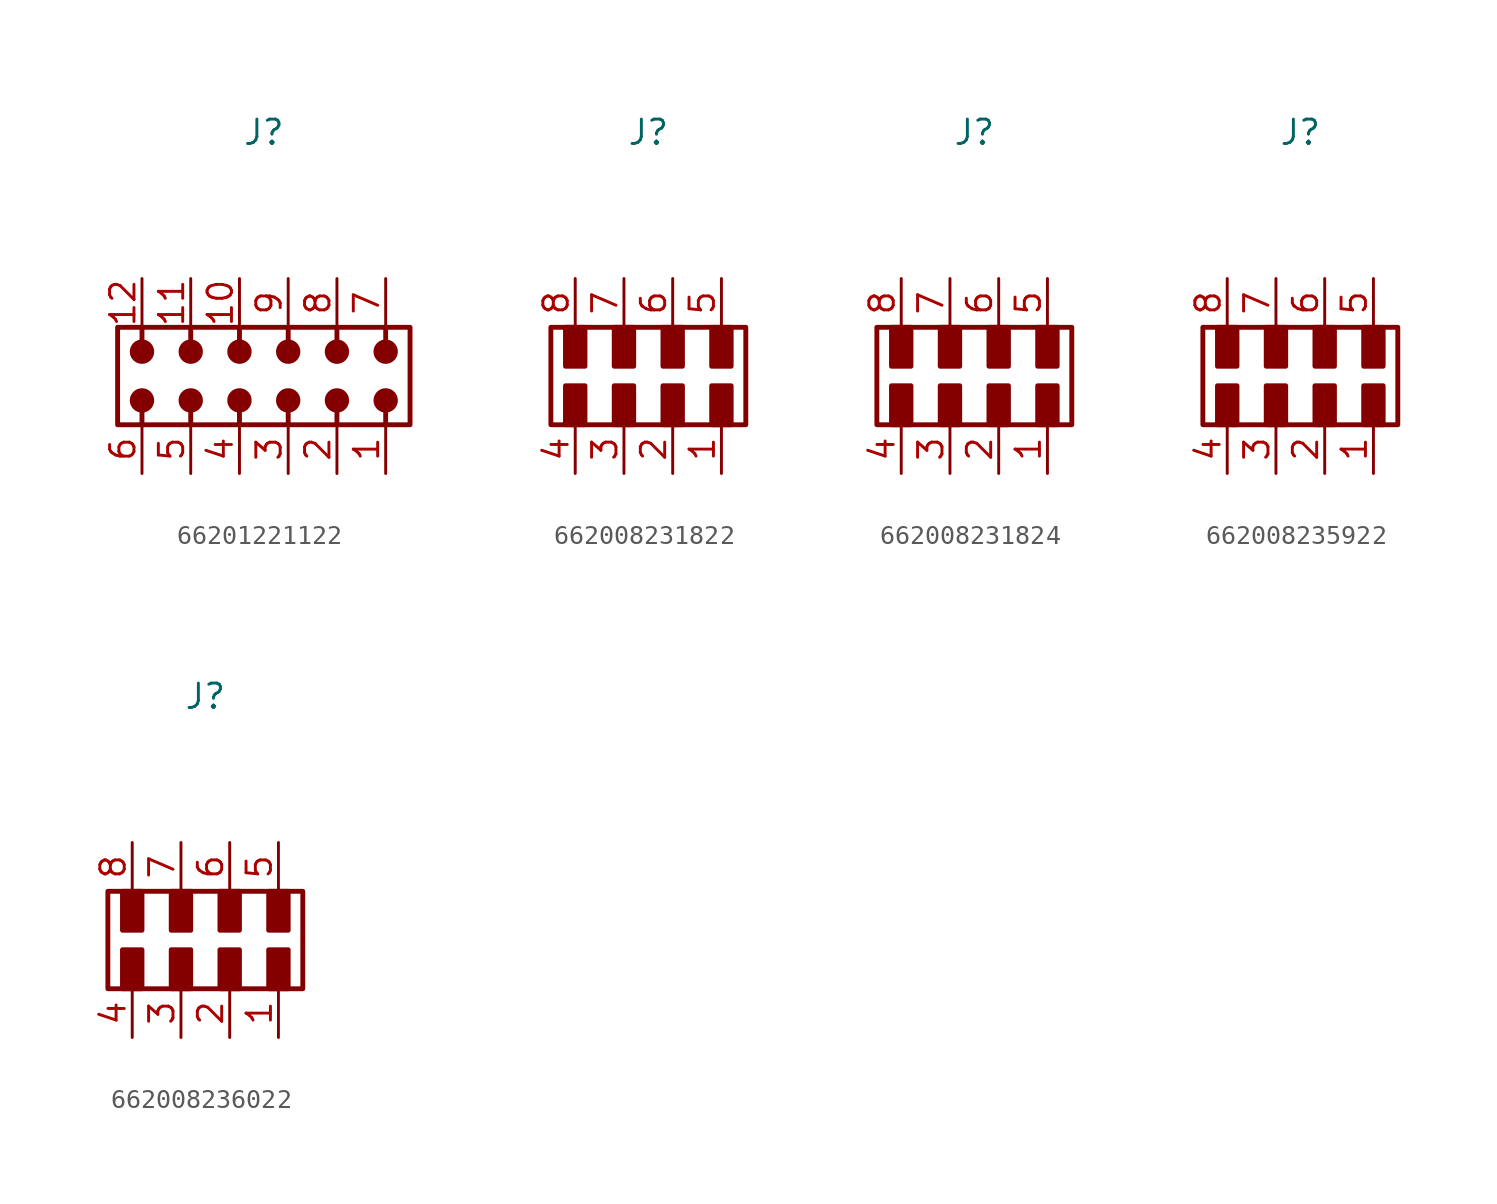
<source format=kicad_sym>
(kicad_symbol_lib
  (version 20241209)
  (generator "kicad_symbol_editor")
  (generator_version "9.0")
  (symbol "66201221122"
    (pin_names
      (hide yes))
    (property "Reference" "J"
      (at 0 12.7 0)
      (effects (font (size 1.27 1.27))))
    (symbol "66201221122_1_1"
      (rectangle (start -7.62 2.54) (end 7.62 -2.54) (stroke (width 0.254) (type solid)) (fill (type none)))
      (polyline (pts (xy -6.35 1.778) (xy -6.35 2.54)) (stroke (width 0.254) (type solid)) (fill (type none)))
      (circle (center -6.35 1.27) (radius 0.508) (stroke (width 0.254) (type solid)) (fill (type outline)))
      (circle (center -6.35 -1.27) (radius 0.508) (stroke (width 0.254) (type solid)) (fill (type outline)))
      (polyline (pts (xy -6.35 -1.778) (xy -6.35 -2.54)) (stroke (width 0.254) (type solid)) (fill (type none)))
      (polyline (pts (xy -3.81 1.778) (xy -3.81 2.54)) (stroke (width 0.254) (type solid)) (fill (type none)))
      (circle (center -3.81 1.27) (radius 0.508) (stroke (width 0.254) (type solid)) (fill (type outline)))
      (circle (center -3.81 -1.27) (radius 0.508) (stroke (width 0.254) (type solid)) (fill (type outline)))
      (polyline (pts (xy -3.81 -1.778) (xy -3.81 -2.54)) (stroke (width 0.254) (type solid)) (fill (type none)))
      (polyline (pts (xy -1.27 1.778) (xy -1.27 2.54)) (stroke (width 0.254) (type solid)) (fill (type none)))
      (circle (center -1.27 1.27) (radius 0.508) (stroke (width 0.254) (type solid)) (fill (type outline)))
      (circle (center -1.27 -1.27) (radius 0.508) (stroke (width 0.254) (type solid)) (fill (type outline)))
      (polyline (pts (xy -1.27 -1.778) (xy -1.27 -2.54)) (stroke (width 0.254) (type solid)) (fill (type none)))
      (polyline (pts (xy 1.27 1.778) (xy 1.27 2.54)) (stroke (width 0.254) (type solid)) (fill (type none)))
      (circle (center 1.27 1.27) (radius 0.508) (stroke (width 0.254) (type solid)) (fill (type outline)))
      (circle (center 1.27 -1.27) (radius 0.508) (stroke (width 0.254) (type solid)) (fill (type outline)))
      (polyline (pts (xy 1.27 -1.778) (xy 1.27 -2.54)) (stroke (width 0.254) (type solid)) (fill (type none)))
      (polyline (pts (xy 3.81 1.778) (xy 3.81 2.54)) (stroke (width 0.254) (type solid)) (fill (type none)))
      (circle (center 3.81 1.27) (radius 0.508) (stroke (width 0.254) (type solid)) (fill (type outline)))
      (circle (center 3.81 -1.27) (radius 0.508) (stroke (width 0.254) (type solid)) (fill (type outline)))
      (polyline (pts (xy 3.81 -1.778) (xy 3.81 -2.54)) (stroke (width 0.254) (type solid)) (fill (type none)))
      (polyline (pts (xy 6.35 1.778) (xy 6.35 2.54)) (stroke (width 0.254) (type solid)) (fill (type none)))
      (circle (center 6.35 1.27) (radius 0.508) (stroke (width 0.254) (type solid)) (fill (type outline)))
      (circle (center 6.35 -1.27) (radius 0.508) (stroke (width 0.254) (type solid)) (fill (type outline)))
      (polyline (pts (xy 6.35 -1.778) (xy 6.35 -2.54)) (stroke (width 0.254) (type solid)) (fill (type none)))
      (pin passive line (at -6.35 5.08 270) (length 2.54) (name "12" (effects (font (size 1.27 1.27)))) (number "12" (effects (font (size 1.27 1.27)))))
      (pin passive line (at -6.35 -5.08 90) (length 2.54) (name "6" (effects (font (size 1.27 1.27)))) (number "6" (effects (font (size 1.27 1.27)))))
      (pin passive line (at -3.81 5.08 270) (length 2.54) (name "11" (effects (font (size 1.27 1.27)))) (number "11" (effects (font (size 1.27 1.27)))))
      (pin passive line (at -3.81 -5.08 90) (length 2.54) (name "5" (effects (font (size 1.27 1.27)))) (number "5" (effects (font (size 1.27 1.27)))))
      (pin passive line (at -1.27 5.08 270) (length 2.54) (name "10" (effects (font (size 1.27 1.27)))) (number "10" (effects (font (size 1.27 1.27)))))
      (pin passive line (at -1.27 -5.08 90) (length 2.54) (name "4" (effects (font (size 1.27 1.27)))) (number "4" (effects (font (size 1.27 1.27)))))
      (pin passive line (at 1.27 5.08 270) (length 2.54) (name "9" (effects (font (size 1.27 1.27)))) (number "9" (effects (font (size 1.27 1.27)))))
      (pin passive line (at 1.27 -5.08 90) (length 2.54) (name "3" (effects (font (size 1.27 1.27)))) (number "3" (effects (font (size 1.27 1.27)))))
      (pin passive line (at 3.81 5.08 270) (length 2.54) (name "8" (effects (font (size 1.27 1.27)))) (number "8" (effects (font (size 1.27 1.27)))))
      (pin passive line (at 3.81 -5.08 90) (length 2.54) (name "2" (effects (font (size 1.27 1.27)))) (number "2" (effects (font (size 1.27 1.27)))))
      (pin passive line (at 6.35 5.08 270) (length 2.54) (name "7" (effects (font (size 1.27 1.27)))) (number "7" (effects (font (size 1.27 1.27)))))
      (pin passive line (at 6.35 -5.08 90) (length 2.54) (name "1" (effects (font (size 1.27 1.27)))) (number "1" (effects (font (size 1.27 1.27)))))))
  (symbol "662008231822"
    (pin_names
      (hide yes))
    (property "Reference" "J"
      (at 0 12.7 0)
      (effects (font (size 1.27 1.27))))
    (symbol "662008231822_1_1"
      (rectangle (start -5.08 2.54) (end 5.08 -2.54) (stroke (width 0.254) (type solid)) (fill (type none)))
      (rectangle (start -4.318 2.54) (end -3.302 0.508) (stroke (width 0.254) (type solid)) (fill (type outline)))
      (rectangle (start -4.318 -0.508) (end -3.302 -2.54) (stroke (width 0.254) (type solid)) (fill (type outline)))
      (rectangle (start -1.778 2.54) (end -0.762 0.508) (stroke (width 0.254) (type solid)) (fill (type outline)))
      (rectangle (start -1.778 -0.508) (end -0.762 -2.54) (stroke (width 0.254) (type solid)) (fill (type outline)))
      (rectangle (start 0.762 2.54) (end 1.778 0.508) (stroke (width 0.254) (type solid)) (fill (type outline)))
      (rectangle (start 0.762 -0.508) (end 1.778 -2.54) (stroke (width 0.254) (type solid)) (fill (type outline)))
      (rectangle (start 3.302 2.54) (end 4.318 0.508) (stroke (width 0.254) (type solid)) (fill (type outline)))
      (rectangle (start 3.302 -0.508) (end 4.318 -2.54) (stroke (width 0.254) (type solid)) (fill (type outline)))
      (pin passive line (at -3.81 5.08 270) (length 2.54) (name "8" (effects (font (size 1.27 1.27)))) (number "8" (effects (font (size 1.27 1.27)))))
      (pin passive line (at -3.81 -5.08 90) (length 2.54) (name "4" (effects (font (size 1.27 1.27)))) (number "4" (effects (font (size 1.27 1.27)))))
      (pin passive line (at -1.27 5.08 270) (length 2.54) (name "7" (effects (font (size 1.27 1.27)))) (number "7" (effects (font (size 1.27 1.27)))))
      (pin passive line (at -1.27 -5.08 90) (length 2.54) (name "3" (effects (font (size 1.27 1.27)))) (number "3" (effects (font (size 1.27 1.27)))))
      (pin passive line (at 1.27 5.08 270) (length 2.54) (name "6" (effects (font (size 1.27 1.27)))) (number "6" (effects (font (size 1.27 1.27)))))
      (pin passive line (at 1.27 -5.08 90) (length 2.54) (name "2" (effects (font (size 1.27 1.27)))) (number "2" (effects (font (size 1.27 1.27)))))
      (pin passive line (at 3.81 5.08 270) (length 2.54) (name "5" (effects (font (size 1.27 1.27)))) (number "5" (effects (font (size 1.27 1.27)))))
      (pin passive line (at 3.81 -5.08 90) (length 2.54) (name "1" (effects (font (size 1.27 1.27)))) (number "1" (effects (font (size 1.27 1.27)))))))
  (symbol "662008231824"
    (pin_names
      (hide yes))
    (property "Reference" "J"
      (at 0 12.7 0)
      (effects (font (size 1.27 1.27))))
    (symbol "662008231824_1_1"
      (rectangle (start -5.08 2.54) (end 5.08 -2.54) (stroke (width 0.254) (type solid)) (fill (type none)))
      (rectangle (start -4.318 2.54) (end -3.302 0.508) (stroke (width 0.254) (type solid)) (fill (type outline)))
      (rectangle (start -4.318 -0.508) (end -3.302 -2.54) (stroke (width 0.254) (type solid)) (fill (type outline)))
      (rectangle (start -1.778 2.54) (end -0.762 0.508) (stroke (width 0.254) (type solid)) (fill (type outline)))
      (rectangle (start -1.778 -0.508) (end -0.762 -2.54) (stroke (width 0.254) (type solid)) (fill (type outline)))
      (rectangle (start 0.762 2.54) (end 1.778 0.508) (stroke (width 0.254) (type solid)) (fill (type outline)))
      (rectangle (start 0.762 -0.508) (end 1.778 -2.54) (stroke (width 0.254) (type solid)) (fill (type outline)))
      (rectangle (start 3.302 2.54) (end 4.318 0.508) (stroke (width 0.254) (type solid)) (fill (type outline)))
      (rectangle (start 3.302 -0.508) (end 4.318 -2.54) (stroke (width 0.254) (type solid)) (fill (type outline)))
      (pin passive line (at -3.81 5.08 270) (length 2.54) (name "8" (effects (font (size 1.27 1.27)))) (number "8" (effects (font (size 1.27 1.27)))))
      (pin passive line (at -3.81 -5.08 90) (length 2.54) (name "4" (effects (font (size 1.27 1.27)))) (number "4" (effects (font (size 1.27 1.27)))))
      (pin passive line (at -1.27 5.08 270) (length 2.54) (name "7" (effects (font (size 1.27 1.27)))) (number "7" (effects (font (size 1.27 1.27)))))
      (pin passive line (at -1.27 -5.08 90) (length 2.54) (name "3" (effects (font (size 1.27 1.27)))) (number "3" (effects (font (size 1.27 1.27)))))
      (pin passive line (at 1.27 5.08 270) (length 2.54) (name "6" (effects (font (size 1.27 1.27)))) (number "6" (effects (font (size 1.27 1.27)))))
      (pin passive line (at 1.27 -5.08 90) (length 2.54) (name "2" (effects (font (size 1.27 1.27)))) (number "2" (effects (font (size 1.27 1.27)))))
      (pin passive line (at 3.81 5.08 270) (length 2.54) (name "5" (effects (font (size 1.27 1.27)))) (number "5" (effects (font (size 1.27 1.27)))))
      (pin passive line (at 3.81 -5.08 90) (length 2.54) (name "1" (effects (font (size 1.27 1.27)))) (number "1" (effects (font (size 1.27 1.27)))))))
  (symbol "662008235922"
    (pin_names
      (hide yes))
    (property "Reference" "J"
      (at 0 12.7 0)
      (effects (font (size 1.27 1.27))))
    (symbol "662008235922_1_1"
      (rectangle (start -5.08 2.54) (end 5.08 -2.54) (stroke (width 0.254) (type solid)) (fill (type none)))
      (rectangle (start -4.318 2.54) (end -3.302 0.508) (stroke (width 0.254) (type solid)) (fill (type outline)))
      (rectangle (start -4.318 -0.508) (end -3.302 -2.54) (stroke (width 0.254) (type solid)) (fill (type outline)))
      (rectangle (start -1.778 2.54) (end -0.762 0.508) (stroke (width 0.254) (type solid)) (fill (type outline)))
      (rectangle (start -1.778 -0.508) (end -0.762 -2.54) (stroke (width 0.254) (type solid)) (fill (type outline)))
      (rectangle (start 0.762 2.54) (end 1.778 0.508) (stroke (width 0.254) (type solid)) (fill (type outline)))
      (rectangle (start 0.762 -0.508) (end 1.778 -2.54) (stroke (width 0.254) (type solid)) (fill (type outline)))
      (rectangle (start 3.302 2.54) (end 4.318 0.508) (stroke (width 0.254) (type solid)) (fill (type outline)))
      (rectangle (start 3.302 -0.508) (end 4.318 -2.54) (stroke (width 0.254) (type solid)) (fill (type outline)))
      (pin passive line (at -3.81 5.08 270) (length 2.54) (name "8" (effects (font (size 1.27 1.27)))) (number "8" (effects (font (size 1.27 1.27)))))
      (pin passive line (at -3.81 -5.08 90) (length 2.54) (name "4" (effects (font (size 1.27 1.27)))) (number "4" (effects (font (size 1.27 1.27)))))
      (pin passive line (at -1.27 5.08 270) (length 2.54) (name "7" (effects (font (size 1.27 1.27)))) (number "7" (effects (font (size 1.27 1.27)))))
      (pin passive line (at -1.27 -5.08 90) (length 2.54) (name "3" (effects (font (size 1.27 1.27)))) (number "3" (effects (font (size 1.27 1.27)))))
      (pin passive line (at 1.27 5.08 270) (length 2.54) (name "6" (effects (font (size 1.27 1.27)))) (number "6" (effects (font (size 1.27 1.27)))))
      (pin passive line (at 1.27 -5.08 90) (length 2.54) (name "2" (effects (font (size 1.27 1.27)))) (number "2" (effects (font (size 1.27 1.27)))))
      (pin passive line (at 3.81 5.08 270) (length 2.54) (name "5" (effects (font (size 1.27 1.27)))) (number "5" (effects (font (size 1.27 1.27)))))
      (pin passive line (at 3.81 -5.08 90) (length 2.54) (name "1" (effects (font (size 1.27 1.27)))) (number "1" (effects (font (size 1.27 1.27)))))))
  (symbol "662008236022"
    (pin_names
      (hide yes))
    (property "Reference" "J"
      (at 0 12.7 0)
      (effects (font (size 1.27 1.27))))
    (symbol "662008236022_1_1"
      (rectangle (start -5.08 2.54) (end 5.08 -2.54) (stroke (width 0.254) (type solid)) (fill (type none)))
      (rectangle (start -4.318 2.54) (end -3.302 0.508) (stroke (width 0.254) (type solid)) (fill (type outline)))
      (rectangle (start -4.318 -0.508) (end -3.302 -2.54) (stroke (width 0.254) (type solid)) (fill (type outline)))
      (rectangle (start -1.778 2.54) (end -0.762 0.508) (stroke (width 0.254) (type solid)) (fill (type outline)))
      (rectangle (start -1.778 -0.508) (end -0.762 -2.54) (stroke (width 0.254) (type solid)) (fill (type outline)))
      (rectangle (start 0.762 2.54) (end 1.778 0.508) (stroke (width 0.254) (type solid)) (fill (type outline)))
      (rectangle (start 0.762 -0.508) (end 1.778 -2.54) (stroke (width 0.254) (type solid)) (fill (type outline)))
      (rectangle (start 3.302 2.54) (end 4.318 0.508) (stroke (width 0.254) (type solid)) (fill (type outline)))
      (rectangle (start 3.302 -0.508) (end 4.318 -2.54) (stroke (width 0.254) (type solid)) (fill (type outline)))
      (pin passive line (at -3.81 5.08 270) (length 2.54) (name "8" (effects (font (size 1.27 1.27)))) (number "8" (effects (font (size 1.27 1.27)))))
      (pin passive line (at -3.81 -5.08 90) (length 2.54) (name "4" (effects (font (size 1.27 1.27)))) (number "4" (effects (font (size 1.27 1.27)))))
      (pin passive line (at -1.27 5.08 270) (length 2.54) (name "7" (effects (font (size 1.27 1.27)))) (number "7" (effects (font (size 1.27 1.27)))))
      (pin passive line (at -1.27 -5.08 90) (length 2.54) (name "3" (effects (font (size 1.27 1.27)))) (number "3" (effects (font (size 1.27 1.27)))))
      (pin passive line (at 1.27 5.08 270) (length 2.54) (name "6" (effects (font (size 1.27 1.27)))) (number "6" (effects (font (size 1.27 1.27)))))
      (pin passive line (at 1.27 -5.08 90) (length 2.54) (name "2" (effects (font (size 1.27 1.27)))) (number "2" (effects (font (size 1.27 1.27)))))
      (pin passive line (at 3.81 5.08 270) (length 2.54) (name "5" (effects (font (size 1.27 1.27)))) (number "5" (effects (font (size 1.27 1.27)))))
      (pin passive line (at 3.81 -5.08 90) (length 2.54) (name "1" (effects (font (size 1.27 1.27)))) (number "1" (effects (font (size 1.27 1.27))))))))
</source>
